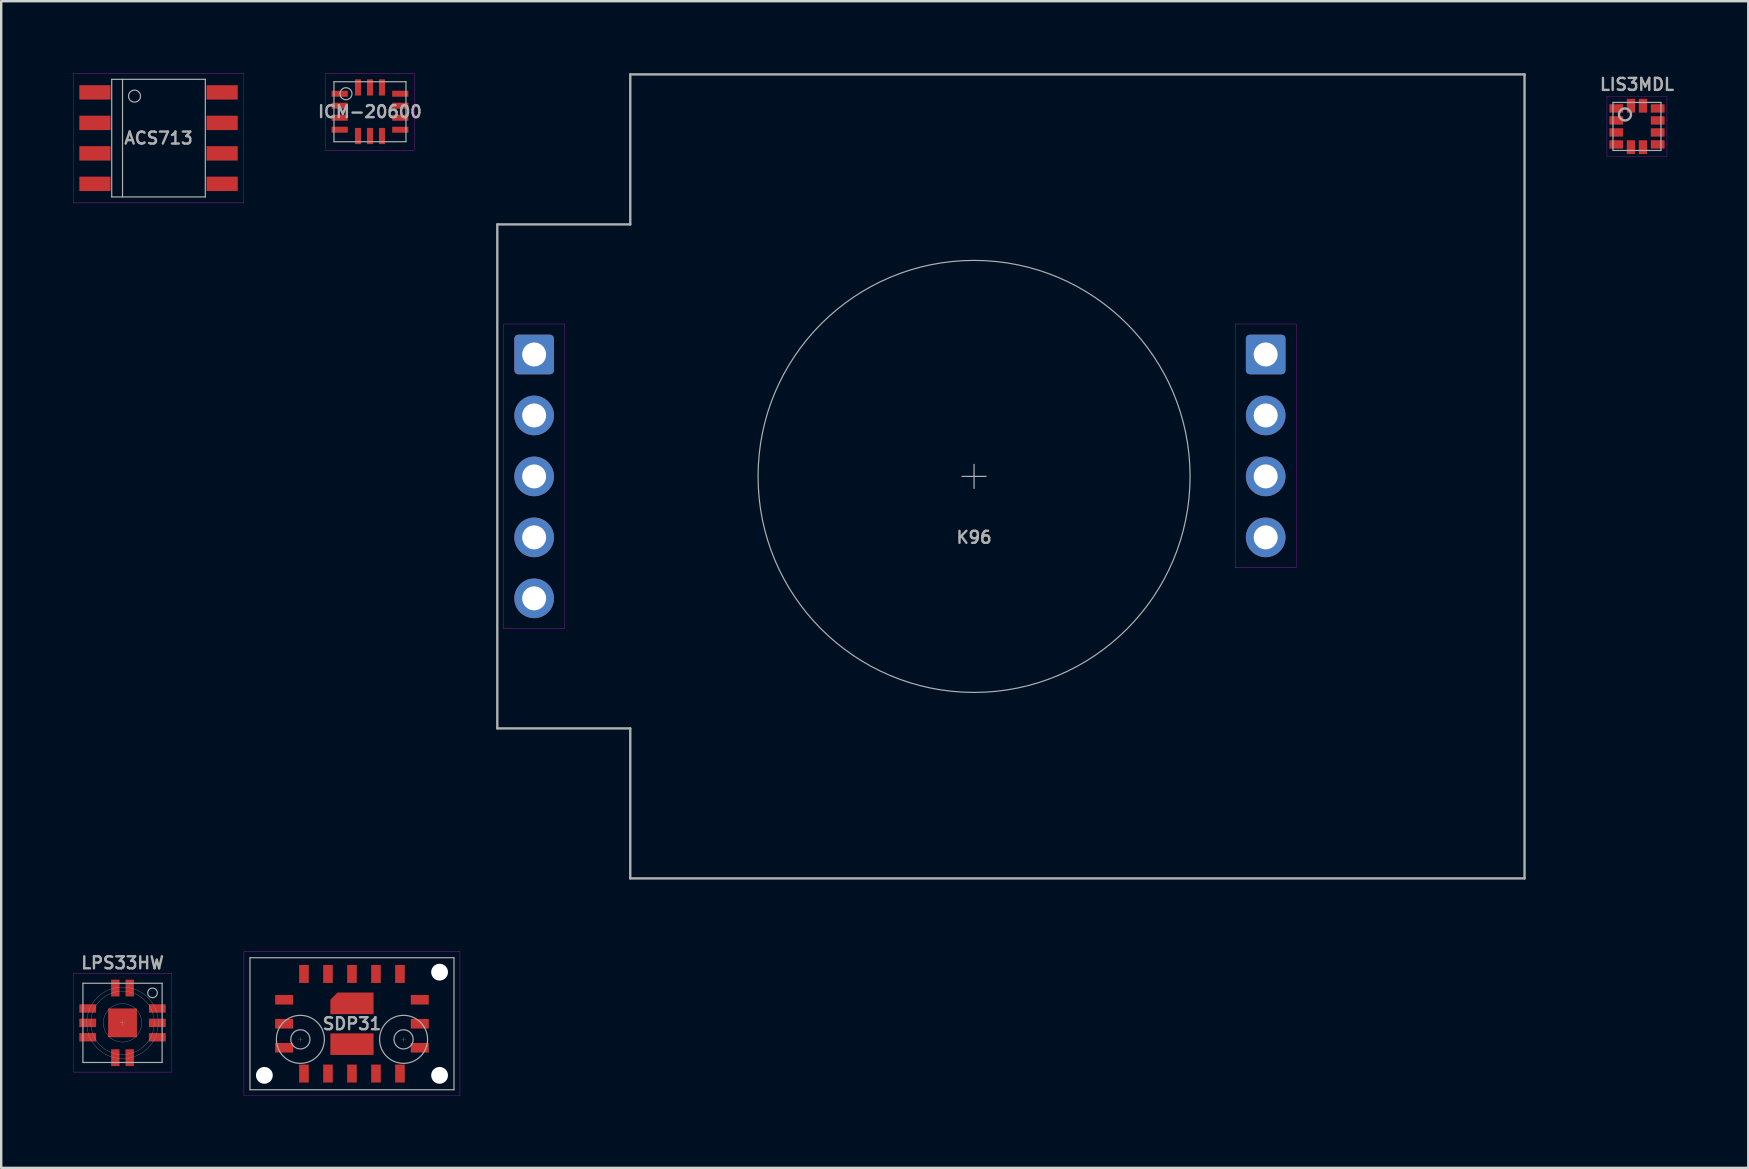
<source format=kicad_pcb>
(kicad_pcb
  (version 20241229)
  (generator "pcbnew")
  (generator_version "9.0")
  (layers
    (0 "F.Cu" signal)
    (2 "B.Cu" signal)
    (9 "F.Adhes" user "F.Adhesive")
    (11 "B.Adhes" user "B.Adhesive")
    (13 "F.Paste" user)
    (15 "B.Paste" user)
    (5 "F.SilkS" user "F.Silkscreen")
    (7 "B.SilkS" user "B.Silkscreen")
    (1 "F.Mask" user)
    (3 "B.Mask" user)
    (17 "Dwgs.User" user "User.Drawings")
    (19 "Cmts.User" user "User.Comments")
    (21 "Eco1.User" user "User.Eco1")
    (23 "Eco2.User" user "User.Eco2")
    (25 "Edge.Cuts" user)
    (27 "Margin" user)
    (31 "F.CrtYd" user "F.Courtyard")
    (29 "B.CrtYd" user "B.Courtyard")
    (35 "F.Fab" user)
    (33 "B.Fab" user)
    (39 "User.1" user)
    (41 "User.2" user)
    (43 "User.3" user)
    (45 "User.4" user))
  (footprint "K96"
    (layer "F.Cu")
    (at 34.445 16.8)
    (property "Reference" "K96" (at 3.09 2.54 0) (layer "F.Fab") (effects (font (size 0.5 0.5) (thickness 0.1))))
    (attr through_hole)
    (fp_rect (start -16.51 -6.35) (end -13.97 6.35) (stroke (width 0.01) (type solid)) (fill no) (layer "F.CrtYd"))
    (fp_rect (start 13.97 -6.35) (end 16.51 3.81) (stroke (width 0.01) (type solid)) (fill no) (layer "F.CrtYd"))
    (fp_line (start -16.775 -10.5) (end -16.775 10.5) (stroke (width 0.1) (type solid)) (layer "F.Fab"))
    (fp_line (start -16.775 -10.5) (end -11.235 -10.5) (stroke (width 0.1) (type solid)) (layer "F.Fab"))
    (fp_line (start -16.775 10.5) (end -11.235 10.5) (stroke (width 0.1) (type solid)) (layer "F.Fab"))
    (fp_line (start -11.235 -16.75) (end -11.235 -10.5) (stroke (width 0.1) (type solid)) (layer "F.Fab"))
    (fp_line (start -11.235 -16.75) (end 26.025 -16.75) (stroke (width 0.1) (type solid)) (layer "F.Fab"))
    (fp_line (start -11.235 10.5) (end -11.235 16.75) (stroke (width 0.1) (type solid)) (layer "F.Fab"))
    (fp_line (start 2.59 0) (end 3.59 0) (stroke (width 0.05) (type solid)) (layer "F.Fab"))
    (fp_line (start 3.09 -0.5) (end 3.09 0.5) (stroke (width 0.05) (type solid)) (layer "F.Fab"))
    (fp_line (start 26.025 -16.75) (end 26.025 16.75) (stroke (width 0.1) (type solid)) (layer "F.Fab"))
    (fp_line (start 26.025 16.75) (end -11.235 16.75) (stroke (width 0.1) (type solid)) (layer "F.Fab"))
    (fp_circle (center 3.09 0) (end 12.09 0) (stroke (width 0.05) (type solid)) (fill no) (layer "F.Fab"))
    (pad "A1" thru_hole roundrect (at -15.24 -5.08) (size 1.651 1.651) (drill 1) (layers "*.Cu" "*.Mask") (roundrect_rratio 0.1))
    (pad "A2" thru_hole circle (at -15.24 -2.54) (size 1.651 1.651) (drill 1) (layers "*.Cu" "*.Mask"))
    (pad "A3" thru_hole circle (at -15.24 0) (size 1.651 1.651) (drill 1) (layers "*.Cu" "*.Mask"))
    (pad "A4" thru_hole circle (at -15.24 2.54) (size 1.651 1.651) (drill 1) (layers "*.Cu" "*.Mask"))
    (pad "A5" thru_hole circle (at -15.24 5.08) (size 1.651 1.651) (drill 1) (layers "*.Cu" "*.Mask"))
    (pad "B1" thru_hole roundrect (at 15.24 -5.08) (size 1.651 1.651) (drill 1) (layers "*.Cu" "*.Mask") (roundrect_rratio 0.1))
    (pad "B2" thru_hole circle (at 15.24 -2.54) (size 1.651 1.651) (drill 1) (layers "*.Cu" "*.Mask"))
    (pad "B3" thru_hole circle (at 15.24 0) (size 1.651 1.651) (drill 1) (layers "*.Cu" "*.Mask"))
    (pad "B4" thru_hole circle (at 15.24 2.54) (size 1.651 1.651) (drill 1) (layers "*.Cu" "*.Mask")))
  (footprint "LPS33HW"
    (layer "F.Cu")
    (at 2.055 39.568)
    (property "Reference" "LPS33HW" (at 0 -2.5 0) (layer "F.Fab") (effects (font (size 0.5 0.5) (thickness 0.1))))
    (attr smd)
    (fp_line (start -2.05 -2.05) (end 2.05 -2.05) (stroke (width 0.01) (type solid)) (layer "F.CrtYd"))
    (fp_line (start -2.05 2.05) (end -2.05 -2.05) (stroke (width 0.01) (type solid)) (layer "F.CrtYd"))
    (fp_line (start 2.05 -2.05) (end 2.05 2.05) (stroke (width 0.01) (type solid)) (layer "F.CrtYd"))
    (fp_line (start 2.05 2.05) (end -2.05 2.05) (stroke (width 0.01) (type solid)) (layer "F.CrtYd"))
    (fp_line (start -1.65 -1.65) (end 1.65 -1.65) (stroke (width 0.05) (type solid)) (layer "F.Fab"))
    (fp_line (start -1.65 1.65) (end -1.65 -1.65) (stroke (width 0.05) (type solid)) (layer "F.Fab"))
    (fp_line (start -0.1 0) (end 0.1 0) (stroke (width 0.01) (type solid)) (layer "F.Fab"))
    (fp_line (start 0 -0.1) (end 0 0.1) (stroke (width 0.01) (type solid)) (layer "F.Fab"))
    (fp_line (start 1.65 -1.65) (end 1.65 1.65) (stroke (width 0.05) (type solid)) (layer "F.Fab"))
    (fp_line (start 1.65 1.65) (end -1.65 1.65) (stroke (width 0.05) (type solid)) (layer "F.Fab"))
    (fp_circle (center 0 0) (end 0.8 0) (stroke (width 0.01) (type solid)) (fill no) (layer "F.Fab"))
    (fp_circle (center 0 0) (end 1.32 0) (stroke (width 0.01) (type solid)) (fill no) (layer "F.Fab"))
    (fp_circle (center 0 0) (end 1.49 0) (stroke (width 0.01) (type solid)) (fill no) (layer "F.Fab"))
    (fp_circle (center 1.25 -1.25) (end 1.45 -1.25) (stroke (width 0.05) (type solid)) (fill no) (layer "F.Fab"))
    (pad "1" smd rect (at 0.3 -1.45 90) (size 0.7 0.35) (layers "F.Cu" "F.Mask" "F.Paste"))
    (pad "2" smd rect (at -0.3 -1.45 90) (size 0.7 0.35) (layers "F.Cu" "F.Mask" "F.Paste"))
    (pad "3" smd rect (at -1.45 -0.6) (size 0.7 0.35) (layers "F.Cu" "F.Mask" "F.Paste"))
    (pad "4" smd rect (at -1.45 0) (size 0.7 0.35) (layers "F.Cu" "F.Mask" "F.Paste"))
    (pad "5" smd rect (at -1.45 0.6) (size 0.7 0.35) (layers "F.Cu" "F.Mask" "F.Paste"))
    (pad "6" smd rect (at -0.3 1.45 90) (size 0.7 0.35) (layers "F.Cu" "F.Mask" "F.Paste"))
    (pad "7" smd rect (at 0.3 1.45 90) (size 0.7 0.35) (layers "F.Cu" "F.Mask" "F.Paste"))
    (pad "8" smd rect (at 1.45 0.6) (size 0.7 0.35) (layers "F.Cu" "F.Mask" "F.Paste"))
    (pad "9" smd rect (at 1.45 0) (size 0.7 0.35) (layers "F.Cu" "F.Mask" "F.Paste"))
    (pad "10" smd rect (at 1.45 -0.6) (size 0.7 0.35) (layers "F.Cu" "F.Mask" "F.Paste"))
    (pad "11" smd rect (at 0 0) (size 1.2 1.2) (layers "F.Cu" "F.Mask" "F.Paste")))
  (footprint "ACS713"
    (layer "F.Cu")
    (at 3.555 2.705)
    (property "Reference" "ACS713" (at 0 0 0) (layer "F.Fab") (effects (font (size 0.5 0.5) (thickness 0.1))))
    (attr smd)
    (fp_line (start -3.55 -2.7) (end 3.55 -2.7) (stroke (width 0.01) (type solid)) (layer "F.CrtYd"))
    (fp_line (start -3.55 2.7) (end -3.55 -2.7) (stroke (width 0.01) (type solid)) (layer "F.CrtYd"))
    (fp_line (start 3.55 -2.7) (end 3.55 2.7) (stroke (width 0.01) (type solid)) (layer "F.CrtYd"))
    (fp_line (start 3.55 2.7) (end -3.55 2.7) (stroke (width 0.01) (type solid)) (layer "F.CrtYd"))
    (fp_line (start -1.95 -2.45) (end 1.95 -2.45) (stroke (width 0.05) (type solid)) (layer "F.Fab"))
    (fp_line (start -1.95 2.45) (end -1.95 -2.45) (stroke (width 0.05) (type solid)) (layer "F.Fab"))
    (fp_line (start -1.5 -2.45) (end -1.5 2.45) (stroke (width 0.05) (type solid)) (layer "F.Fab"))
    (fp_line (start 1.95 -2.45) (end 1.95 2.45) (stroke (width 0.05) (type solid)) (layer "F.Fab"))
    (fp_line (start 1.95 2.45) (end -1.95 2.45) (stroke (width 0.05) (type solid)) (layer "F.Fab"))
    (fp_circle (center -1 -1.75) (end -0.75 -1.75) (stroke (width 0.05) (type solid)) (fill no) (layer "F.Fab"))
    (pad "1" smd rect (at -2.65 -1.905) (size 1.3 0.6) (layers "F.Cu" "F.Mask" "F.Paste"))
    (pad "2" smd rect (at -2.65 -0.635) (size 1.3 0.6) (layers "F.Cu" "F.Mask" "F.Paste"))
    (pad "3" smd rect (at -2.65 0.635) (size 1.3 0.6) (layers "F.Cu" "F.Mask" "F.Paste"))
    (pad "4" smd rect (at -2.65 1.905) (size 1.3 0.6) (layers "F.Cu" "F.Mask" "F.Paste"))
    (pad "5" smd rect (at 2.65 1.905) (size 1.3 0.6) (layers "F.Cu" "F.Mask" "F.Paste"))
    (pad "6" smd rect (at 2.65 0.635) (size 1.3 0.6) (layers "F.Cu" "F.Mask" "F.Paste"))
    (pad "7" smd rect (at 2.65 -0.635) (size 1.3 0.6) (layers "F.Cu" "F.Mask" "F.Paste"))
    (pad "8" smd rect (at 2.65 -1.905) (size 1.3 0.6) (layers "F.Cu" "F.Mask" "F.Paste")))
  (footprint "LIS3MDL"
    (layer "F.Cu")
    (at 65.155 2.218)
    (property "Reference" "LIS3MDL" (at 0 -1.75 0) (layer "F.Fab") (effects (font (size 0.5 0.5) (thickness 0.1))))
    (attr smd)
    (fp_line (start -1.25 -1.25) (end 1.25 -1.25) (stroke (width 0.01) (type solid)) (layer "F.CrtYd"))
    (fp_line (start -1.25 1.25) (end -1.25 -1.25) (stroke (width 0.01) (type solid)) (layer "F.CrtYd"))
    (fp_line (start 1.25 -1.25) (end 1.25 1.25) (stroke (width 0.01) (type solid)) (layer "F.CrtYd"))
    (fp_line (start 1.25 1.25) (end -1.25 1.25) (stroke (width 0.01) (type solid)) (layer "F.CrtYd"))
    (fp_line (start -1 -1) (end 1 -1) (stroke (width 0.05) (type solid)) (layer "F.Fab"))
    (fp_line (start -1 1) (end -1 -1) (stroke (width 0.05) (type solid)) (layer "F.Fab"))
    (fp_line (start 1 -1) (end 1 1) (stroke (width 0.05) (type solid)) (layer "F.Fab"))
    (fp_line (start 1 1) (end -1 1) (stroke (width 0.05) (type solid)) (layer "F.Fab"))
    (fp_circle (center -0.5 -0.5) (end -0.25 -0.5) (stroke (width 0.1) (type solid)) (fill no) (layer "F.Fab"))
    (pad "1" smd rect (at -0.863 -0.75) (size 0.575 0.35) (layers "F.Cu" "F.Mask" "F.Paste"))
    (pad "2" smd rect (at -0.863 -0.25) (size 0.575 0.35) (layers "F.Cu" "F.Mask" "F.Paste"))
    (pad "3" smd rect (at -0.863 0.25) (size 0.575 0.35) (layers "F.Cu" "F.Mask" "F.Paste"))
    (pad "4" smd rect (at -0.863 0.75) (size 0.575 0.35) (layers "F.Cu" "F.Mask" "F.Paste"))
    (pad "5" smd rect (at -0.25 0.863 90) (size 0.575 0.35) (layers "F.Cu" "F.Mask" "F.Paste"))
    (pad "6" smd rect (at 0.25 0.863 90) (size 0.575 0.35) (layers "F.Cu" "F.Mask" "F.Paste"))
    (pad "7" smd rect (at 0.863 0.75) (size 0.575 0.35) (layers "F.Cu" "F.Mask" "F.Paste"))
    (pad "8" smd rect (at 0.863 0.25) (size 0.575 0.35) (layers "F.Cu" "F.Mask" "F.Paste"))
    (pad "9" smd rect (at 0.863 -0.25) (size 0.575 0.35) (layers "F.Cu" "F.Mask" "F.Paste"))
    (pad "10" smd rect (at 0.863 -0.75) (size 0.575 0.35) (layers "F.Cu" "F.Mask" "F.Paste"))
    (pad "11" smd rect (at 0.25 -0.863 90) (size 0.575 0.35) (layers "F.Cu" "F.Mask" "F.Paste"))
    (pad "12" smd rect (at -0.25 -0.863 90) (size 0.575 0.35) (layers "F.Cu" "F.Mask" "F.Paste")))
  (footprint "SDP31"
    (layer "F.Cu")
    (at 11.615 39.605)
    (property "Reference" "SDP31" (at 0 0 0) (layer "F.Fab") (effects (font (size 0.5 0.5) (thickness 0.1))))
    (attr smd)
    (fp_line (start -4.5 -3) (end -4.5 3) (stroke (width 0.01) (type solid)) (layer "F.CrtYd"))
    (fp_line (start -4.5 3) (end 4.5 3) (stroke (width 0.01) (type solid)) (layer "F.CrtYd"))
    (fp_line (start 4.5 -3) (end -4.5 -3) (stroke (width 0.01) (type solid)) (layer "F.CrtYd"))
    (fp_line (start 4.5 3) (end 4.5 -3) (stroke (width 0.01) (type solid)) (layer "F.CrtYd"))
    (fp_line (start -4.25 -2.75) (end -4.25 2.75) (stroke (width 0.05) (type solid)) (layer "F.Fab"))
    (fp_line (start -4.25 2.75) (end 4.25 2.75) (stroke (width 0.05) (type solid)) (layer "F.Fab"))
    (fp_line (start -2.25 0.65) (end -2.05 0.65) (stroke (width 0.01) (type solid)) (layer "F.Fab"))
    (fp_line (start -2.15 0.55) (end -2.15 0.75) (stroke (width 0.01) (type solid)) (layer "F.Fab"))
    (fp_line (start 2.05 0.65) (end 2.25 0.65) (stroke (width 0.01) (type solid)) (layer "F.Fab"))
    (fp_line (start 2.15 0.55) (end 2.15 0.75) (stroke (width 0.01) (type solid)) (layer "F.Fab"))
    (fp_line (start 4.25 -2.75) (end -4.25 -2.75) (stroke (width 0.05) (type solid)) (layer "F.Fab"))
    (fp_line (start 4.25 2.75) (end 4.25 -2.75) (stroke (width 0.05) (type solid)) (layer "F.Fab"))
    (fp_circle (center -2.15 0.65) (end -1.75 0.65) (stroke (width 0.05) (type solid)) (fill no) (layer "F.Fab"))
    (fp_circle (center -2.15 0.65) (end -1.15 0.65) (stroke (width 0.05) (type solid)) (fill no) (layer "F.Fab"))
    (fp_circle (center 2.15 0.65) (end 2.55 0.65) (stroke (width 0.05) (type solid)) (fill no) (layer "F.Fab"))
    (fp_circle (center 2.15 0.65) (end 3.15 0.65) (stroke (width 0.05) (type solid)) (fill no) (layer "F.Fab"))
    (pad "" np_thru_hole circle (at -3.65 2.15) (size 0.7 0.7) (drill 0.7) (layers "*.Cu" "*.Mask"))
    (pad "" smd custom (at 0 -0.85) (size 1 0.7) (layers "F.Paste") (options (anchor rect)) (primitives (gr_poly (pts (xy -0.56 -0.35) (xy 0.8 -0.35) (xy 0.8 0.35) (xy -0.8 0.35) (xy -0.8 -0.11)) (width 0) (fill yes))))
    (pad "" smd rect (at 0 0) (size 6 4.5) (layers "F.Mask"))
    (pad "" smd rect (at 0 0.85) (size 1.6 0.7) (layers "F.Paste"))
    (pad "" np_thru_hole circle (at 3.65 -2.15) (size 0.7 0.7) (drill 0.7) (layers "*.Cu" "*.Mask"))
    (pad "" np_thru_hole circle (at 3.65 2.15) (size 0.7 0.7) (drill 0.7) (layers "*.Cu" "*.Mask"))
    (pad "1" smd rect (at -2.825 -1) (size 0.75 0.4) (layers "F.Cu" "F.Mask" "F.Paste"))
    (pad "2" smd rect (at -2.825 0) (size 0.75 0.4) (layers "F.Cu" "F.Mask" "F.Paste"))
    (pad "3" smd rect (at -2.825 1) (size 0.75 0.4) (layers "F.Cu" "F.Mask" "F.Paste"))
    (pad "4" smd rect (at -2 2.075 90) (size 0.75 0.4) (layers "F.Cu" "F.Mask" "F.Paste"))
    (pad "5" smd rect (at -1 2.075 90) (size 0.75 0.4) (layers "F.Cu" "F.Mask" "F.Paste"))
    (pad "6" smd rect (at 0 2.075 90) (size 0.75 0.4) (layers "F.Cu" "F.Mask" "F.Paste"))
    (pad "7" smd rect (at 1 2.075 90) (size 0.75 0.4) (layers "F.Cu" "F.Mask" "F.Paste"))
    (pad "8" smd rect (at 2 2.075 90) (size 0.75 0.4) (layers "F.Cu" "F.Mask" "F.Paste"))
    (pad "9" smd rect (at 2.825 1 180) (size 0.75 0.4) (layers "F.Cu" "F.Mask" "F.Paste"))
    (pad "10" smd rect (at 2.825 0 180) (size 0.75 0.4) (layers "F.Cu" "F.Mask" "F.Paste"))
    (pad "11" smd rect (at 2.825 -1 180) (size 0.75 0.4) (layers "F.Cu" "F.Mask" "F.Paste"))
    (pad "12" smd rect (at 2 -2.075 270) (size 0.75 0.4) (layers "F.Cu" "F.Mask" "F.Paste"))
    (pad "13" smd rect (at 1 -2.075 270) (size 0.75 0.4) (layers "F.Cu" "F.Mask" "F.Paste"))
    (pad "14" smd rect (at 0 -2.075 270) (size 0.75 0.4) (layers "F.Cu" "F.Mask" "F.Paste"))
    (pad "15" smd rect (at -1 -2.075 270) (size 0.75 0.4) (layers "F.Cu" "F.Mask" "F.Paste"))
    (pad "16" smd rect (at -2 -2.075 270) (size 0.75 0.4) (layers "F.Cu" "F.Mask" "F.Paste"))
    (pad "DP" smd custom (at 0 -0.85) (size 0.9 0.9) (layers "F.Cu" "F.Mask") (options (anchor rect)) (primitives (gr_poly (pts (xy -0.9 -0.15) (xy -0.6 -0.45) (xy 0.9 -0.45) (xy 0.9 0.45) (xy -0.9 0.45)) (width 0) (fill yes))))
    (pad "DP" smd rect (at 0 0.85 270) (size 0.9 1.8) (layers "F.Cu" "F.Mask")))
  (footprint "ICM-20600"
    (layer "F.Cu")
    (at 12.365 1.605)
    (property "Reference" "ICM-20600" (at 0 0 0) (layer "F.Fab") (effects (font (size 0.5 0.5) (thickness 0.1))))
    (attr smd)
    (fp_line (start -1.85 -1.6) (end 1.85 -1.6) (stroke (width 0.01) (type solid)) (layer "F.CrtYd"))
    (fp_line (start -1.85 1.6) (end -1.85 -1.6) (stroke (width 0.01) (type solid)) (layer "F.CrtYd"))
    (fp_line (start 1.85 -1.6) (end 1.85 1.6) (stroke (width 0.01) (type solid)) (layer "F.CrtYd"))
    (fp_line (start 1.85 1.6) (end -1.85 1.6) (stroke (width 0.01) (type solid)) (layer "F.CrtYd"))
    (fp_line (start -1.5 -1.25) (end 1.5 -1.25) (stroke (width 0.05) (type solid)) (layer "F.Fab"))
    (fp_line (start -1.5 1.25) (end -1.5 -1.25) (stroke (width 0.05) (type solid)) (layer "F.Fab"))
    (fp_line (start 1.5 -1.25) (end 1.5 1.25) (stroke (width 0.05) (type solid)) (layer "F.Fab"))
    (fp_line (start 1.5 1.25) (end -1.5 1.25) (stroke (width 0.05) (type solid)) (layer "F.Fab"))
    (fp_circle (center -1 -0.75) (end -0.75 -0.75) (stroke (width 0.05) (type solid)) (fill no) (layer "F.Fab"))
    (pad "1" smd rect (at -1.262 -0.75) (size 0.675 0.25) (layers "F.Cu" "F.Mask" "F.Paste"))
    (pad "2" smd rect (at -1.262 -0.25) (size 0.675 0.25) (layers "F.Cu" "F.Mask" "F.Paste"))
    (pad "3" smd rect (at -1.262 0.25) (size 0.675 0.25) (layers "F.Cu" "F.Mask" "F.Paste"))
    (pad "4" smd rect (at -1.262 0.75) (size 0.675 0.25) (layers "F.Cu" "F.Mask" "F.Paste"))
    (pad "5" smd rect (at -0.5 1.012) (size 0.25 0.675) (layers "F.Cu" "F.Mask" "F.Paste"))
    (pad "6" smd rect (at 0 1.012) (size 0.25 0.675) (layers "F.Cu" "F.Mask" "F.Paste"))
    (pad "7" smd rect (at 0.5 1.012) (size 0.25 0.675) (layers "F.Cu" "F.Mask" "F.Paste"))
    (pad "8" smd rect (at 1.262 0.75) (size 0.675 0.25) (layers "F.Cu" "F.Mask" "F.Paste"))
    (pad "9" smd rect (at 1.262 0.25) (size 0.675 0.25) (layers "F.Cu" "F.Mask" "F.Paste"))
    (pad "10" smd rect (at 1.262 -0.25) (size 0.675 0.25) (layers "F.Cu" "F.Mask" "F.Paste"))
    (pad "11" smd rect (at 1.262 -0.75) (size 0.675 0.25) (layers "F.Cu" "F.Mask" "F.Paste"))
    (pad "12" smd rect (at 0.5 -1.012) (size 0.25 0.675) (layers "F.Cu" "F.Mask" "F.Paste"))
    (pad "13" smd rect (at 0 -1.012) (size 0.25 0.675) (layers "F.Cu" "F.Mask" "F.Paste"))
    (pad "14" smd rect (at -0.5 -1.012) (size 0.25 0.675) (layers "F.Cu" "F.Mask" "F.Paste")))
  (gr_rect
    (start -3 -3)
    (end 69.791 45.61)
    (stroke (width 0.1) (type default))
    (fill no)
    (layer "Edge.Cuts")))
</source>
